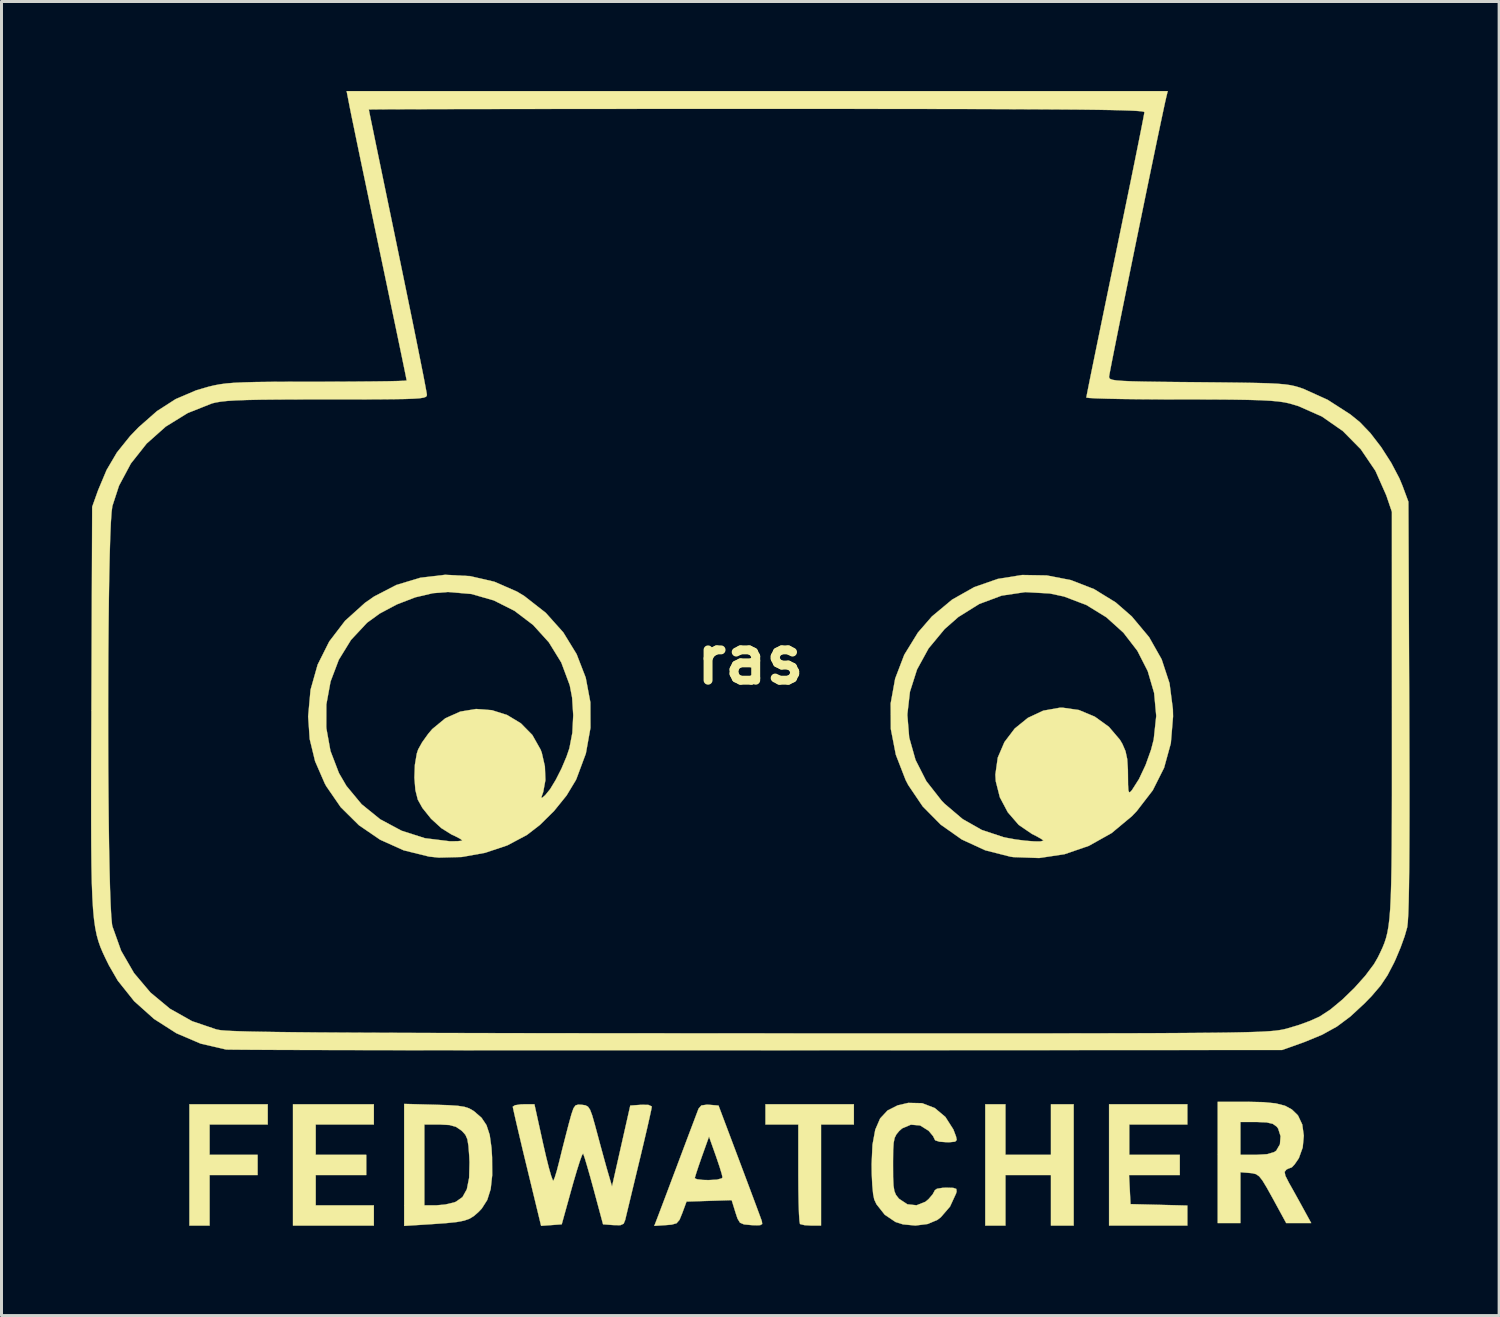
<source format=kicad_pcb>
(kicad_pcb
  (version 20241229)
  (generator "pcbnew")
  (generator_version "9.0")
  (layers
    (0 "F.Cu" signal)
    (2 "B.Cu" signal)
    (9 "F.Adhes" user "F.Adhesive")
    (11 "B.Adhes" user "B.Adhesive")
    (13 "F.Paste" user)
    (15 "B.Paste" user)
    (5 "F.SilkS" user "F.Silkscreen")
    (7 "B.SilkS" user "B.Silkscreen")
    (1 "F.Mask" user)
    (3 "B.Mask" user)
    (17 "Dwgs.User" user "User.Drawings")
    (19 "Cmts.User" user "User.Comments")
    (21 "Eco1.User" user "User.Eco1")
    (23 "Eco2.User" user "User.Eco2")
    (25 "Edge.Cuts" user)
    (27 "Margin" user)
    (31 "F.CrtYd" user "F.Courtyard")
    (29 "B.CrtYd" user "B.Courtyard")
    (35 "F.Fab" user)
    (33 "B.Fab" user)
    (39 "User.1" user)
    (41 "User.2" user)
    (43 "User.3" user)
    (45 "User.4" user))
  (footprint "ras"
    (layer "F.Cu")
    (at 22.093 19.055)
    (property "Reference" "ras" (at 0 0 0) (layer "F.SilkS") (effects (font (size 1.524 1.524) (thickness 0.3))))
    (attr through_hole)
    (fp_poly (pts (xy -16.171 15.579) (xy -18.119 15.579) (xy -18.119 16.595) (xy -16.51 16.595) (xy -16.51 17.272) (xy -18.119 17.272) (xy -18.119 18.965) (xy -18.796 18.965) (xy -18.796 14.901) (xy -16.171 14.901) (xy -16.171 15.579)) (stroke (width 0.01) (type solid)) (fill yes) (layer "F.SilkS"))
    (fp_poly (pts (xy -12.615 15.579) (xy -14.563 15.579) (xy -14.563 16.595) (xy -12.869 16.595) (xy -12.869 17.272) (xy -14.563 17.272) (xy -14.563 18.288) (xy -12.615 18.288) (xy -12.615 18.965) (xy -15.325 18.965) (xy -15.325 14.901) (xy -12.615 14.901) (xy -12.615 15.579)) (stroke (width 0.01) (type solid)) (fill yes) (layer "F.SilkS"))
    (fp_poly (pts (xy 8.551 16.595) (xy 10.075 16.595) (xy 10.075 14.901) (xy 10.837 14.901) (xy 10.837 18.965) (xy 10.075 18.965) (xy 10.075 17.272) (xy 8.551 17.272) (xy 8.551 18.965) (xy 7.874 18.965) (xy 7.874 14.901) (xy 8.551 14.901) (xy 8.551 16.595)) (stroke (width 0.01) (type solid)) (fill yes) (layer "F.SilkS"))
    (fp_poly (pts (xy 14.647 15.579) (xy 12.7 15.579) (xy 12.7 16.595) (xy 14.393 16.595) (xy 14.393 17.272) (xy 12.692 17.272) (xy 12.742 18.246) (xy 13.695 18.27) (xy 14.647 18.294) (xy 14.647 18.965) (xy 12.023 18.965) (xy 12.023 14.901) (xy 14.647 14.901) (xy 14.647 15.579)) (stroke (width 0.01) (type solid)) (fill yes) (layer "F.SilkS"))
    (fp_poly (pts (xy 3.471 15.579) (xy 2.371 15.579) (xy 2.371 18.965) (xy 2.046 18.965) (xy 1.822 18.952) (xy 1.679 18.918) (xy 1.665 18.909) (xy 1.648 18.81) (xy 1.632 18.57) (xy 1.62 18.213) (xy 1.612 17.769) (xy 1.609 17.263) (xy 1.609 17.216) (xy 1.609 15.579) (xy 0.508 15.579) (xy 0.508 14.901) (xy 3.471 14.901) (xy 3.471 15.579)) (stroke (width 0.01) (type solid)) (fill yes) (layer "F.SilkS"))
    (fp_poly (pts (xy -10.562 14.916) (xy -10.114 14.931) (xy -9.799 14.952) (xy -9.58 14.986) (xy -9.421 15.038) (xy -9.285 15.115) (xy -9.249 15.141) (xy -9.007 15.351) (xy -8.84 15.6) (xy -8.733 15.926) (xy -8.672 16.363) (xy -8.653 16.679) (xy -8.649 17.278) (xy -8.7 17.744) (xy -8.815 18.107) (xy -8.999 18.396) (xy -9.113 18.515) (xy -9.258 18.642) (xy -9.406 18.734) (xy -9.589 18.799) (xy -9.839 18.847) (xy -10.188 18.883) (xy -10.667 18.917) (xy -10.774 18.924) (xy -11.599 18.976) (xy -11.599 15.579) (xy -10.922 15.579) (xy -10.922 18.288) (xy -10.538 18.288) (xy -10.225 18.26) (xy -9.926 18.19) (xy -9.866 18.167) (xy -9.645 18.011) (xy -9.499 17.749) (xy -9.422 17.365) (xy -9.409 16.843) (xy -9.418 16.644) (xy -9.444 16.297) (xy -9.481 16.073) (xy -9.546 15.925) (xy -9.652 15.806) (xy -9.686 15.776) (xy -9.864 15.656) (xy -10.079 15.596) (xy -10.394 15.579) (xy -10.419 15.579) (xy -10.922 15.579) (xy -11.599 15.579) (xy -11.599 14.888) (xy -10.562 14.916)) (stroke (width 0.01) (type solid)) (fill yes) (layer "F.SilkS"))
    (fp_poly (pts (xy 17.192 14.829) (xy 17.607 14.87) (xy 17.915 14.948) (xy 18.147 15.073) (xy 18.333 15.252) (xy 18.358 15.283) (xy 18.497 15.578) (xy 18.549 15.954) (xy 18.512 16.348) (xy 18.387 16.696) (xy 18.366 16.733) (xy 18.241 16.914) (xy 18.148 17.013) (xy 18.133 17.019) (xy 18.019 17.061) (xy 17.961 17.094) (xy 17.906 17.166) (xy 17.931 17.295) (xy 18.045 17.52) (xy 18.054 17.537) (xy 18.214 17.821) (xy 18.404 18.164) (xy 18.53 18.394) (xy 18.797 18.881) (xy 17.959 18.881) (xy 17.509 18.055) (xy 17.309 17.695) (xy 17.165 17.457) (xy 17.053 17.315) (xy 16.948 17.242) (xy 16.826 17.212) (xy 16.742 17.203) (xy 16.425 17.177) (xy 16.425 18.881) (xy 15.663 18.881) (xy 15.663 15.494) (xy 16.425 15.494) (xy 16.425 16.595) (xy 16.948 16.595) (xy 17.318 16.573) (xy 17.553 16.504) (xy 17.625 16.455) (xy 17.749 16.242) (xy 17.77 15.969) (xy 17.689 15.715) (xy 17.64 15.649) (xy 17.51 15.556) (xy 17.303 15.508) (xy 16.974 15.494) (xy 16.963 15.494) (xy 16.425 15.494) (xy 15.663 15.494) (xy 15.663 14.817) (xy 16.64 14.817) (xy 17.192 14.829)) (stroke (width 0.01) (type solid)) (fill yes) (layer "F.SilkS"))
    (fp_poly (pts (xy -1.368 14.918) (xy -1.064 14.944) (xy -0.363 16.806) (xy -0.162 17.342) (xy 0.021 17.83) (xy 0.177 18.247) (xy 0.296 18.568) (xy 0.37 18.77) (xy 0.388 18.822) (xy 0.399 18.913) (xy 0.328 18.953) (xy 0.139 18.955) (xy 0.032 18.949) (xy -0.21 18.926) (xy -0.345 18.869) (xy -0.428 18.732) (xy -0.499 18.518) (xy -0.624 18.113) (xy -1.381 18.137) (xy -2.137 18.161) (xy -2.277 18.542) (xy -2.371 18.772) (xy -2.471 18.888) (xy -2.637 18.934) (xy -2.817 18.949) (xy -3.217 18.975) (xy -3.125 18.737) (xy -3.068 18.587) (xy -2.962 18.307) (xy -2.817 17.924) (xy -2.645 17.466) (xy -2.612 17.378) (xy -1.86 17.378) (xy -1.785 17.413) (xy -1.589 17.436) (xy -1.397 17.441) (xy -1.118 17.426) (xy -0.958 17.383) (xy -0.931 17.349) (xy -0.958 17.23) (xy -1.029 16.997) (xy -1.131 16.695) (xy -1.157 16.62) (xy -1.383 15.983) (xy -1.621 16.649) (xy -1.73 16.962) (xy -1.813 17.213) (xy -1.857 17.359) (xy -1.86 17.378) (xy -2.612 17.378) (xy -2.455 16.962) (xy -2.413 16.849) (xy -2.223 16.344) (xy -2.051 15.887) (xy -1.906 15.504) (xy -1.799 15.22) (xy -1.739 15.062) (xy -1.732 15.045) (xy -1.64 14.94) (xy -1.45 14.913) (xy -1.368 14.918)) (stroke (width 0.01) (type solid)) (fill yes) (layer "F.SilkS"))
    (fp_poly (pts (xy 5.759 14.864) (xy 6.181 15.026) (xy 6.537 15.324) (xy 6.805 15.743) (xy 6.895 15.981) (xy 6.918 16.097) (xy 6.864 16.153) (xy 6.698 16.17) (xy 6.567 16.171) (xy 6.338 16.154) (xy 6.2 16.11) (xy 6.181 16.083) (xy 6.126 15.968) (xy 5.991 15.805) (xy 5.973 15.786) (xy 5.691 15.61) (xy 5.382 15.584) (xy 5.089 15.708) (xy 4.989 15.797) (xy 4.898 15.906) (xy 4.838 16.025) (xy 4.804 16.192) (xy 4.788 16.444) (xy 4.784 16.818) (xy 4.784 16.933) (xy 4.786 17.344) (xy 4.799 17.622) (xy 4.828 17.806) (xy 4.88 17.934) (xy 4.963 18.042) (xy 4.989 18.07) (xy 5.263 18.252) (xy 5.572 18.285) (xy 5.869 18.167) (xy 5.973 18.08) (xy 6.113 17.916) (xy 6.18 17.792) (xy 6.181 17.784) (xy 6.256 17.731) (xy 6.448 17.7) (xy 6.567 17.695) (xy 6.801 17.702) (xy 6.904 17.737) (xy 6.914 17.822) (xy 6.897 17.886) (xy 6.693 18.329) (xy 6.385 18.686) (xy 6.269 18.775) (xy 5.94 18.913) (xy 5.533 18.964) (xy 5.118 18.925) (xy 4.868 18.846) (xy 4.505 18.601) (xy 4.228 18.25) (xy 4.154 18.092) (xy 4.117 17.911) (xy 4.088 17.607) (xy 4.07 17.226) (xy 4.066 16.907) (xy 4.095 16.257) (xy 4.188 15.752) (xy 4.352 15.374) (xy 4.6 15.108) (xy 4.94 14.936) (xy 5.295 14.854) (xy 5.759 14.864)) (stroke (width 0.01) (type solid)) (fill yes) (layer "F.SilkS"))
    (fp_poly (pts (xy -6.945 16.214) (xy -6.844 16.654) (xy -6.752 17.023) (xy -6.674 17.295) (xy -6.619 17.444) (xy -6.599 17.463) (xy -6.553 17.354) (xy -6.483 17.127) (xy -6.406 16.83) (xy -6.4 16.806) (xy -6.303 16.411) (xy -6.186 15.954) (xy -6.082 15.553) (xy -5.992 15.227) (xy -5.924 15.032) (xy -5.855 14.937) (xy -5.762 14.911) (xy -5.642 14.918) (xy -5.525 14.935) (xy -5.439 14.981) (xy -5.369 15.083) (xy -5.298 15.272) (xy -5.211 15.577) (xy -5.142 15.833) (xy -5.028 16.258) (xy -4.913 16.678) (xy -4.815 17.032) (xy -4.77 17.187) (xy -4.634 17.653) (xy -4.022 14.944) (xy -3.662 14.918) (xy -3.416 14.921) (xy -3.306 14.97) (xy -3.302 14.987) (xy -3.321 15.094) (xy -3.375 15.341) (xy -3.456 15.7) (xy -3.561 16.148) (xy -3.682 16.657) (xy -3.725 16.833) (xy -3.853 17.365) (xy -3.97 17.851) (xy -4.069 18.263) (xy -4.144 18.573) (xy -4.187 18.755) (xy -4.193 18.78) (xy -4.245 18.904) (xy -4.356 18.953) (xy -4.58 18.949) (xy -4.587 18.949) (xy -4.934 18.923) (xy -5.247 17.759) (xy -5.362 17.339) (xy -5.465 16.98) (xy -5.545 16.712) (xy -5.595 16.567) (xy -5.604 16.55) (xy -5.641 16.611) (xy -5.713 16.809) (xy -5.81 17.115) (xy -5.925 17.505) (xy -5.984 17.714) (xy -6.319 18.923) (xy -6.665 18.949) (xy -7.01 18.974) (xy -7.484 17.016) (xy -7.618 16.463) (xy -7.736 15.963) (xy -7.835 15.542) (xy -7.908 15.222) (xy -7.951 15.027) (xy -7.959 14.979) (xy -7.883 14.932) (xy -7.693 14.904) (xy -7.597 14.901) (xy -7.234 14.901) (xy -6.945 16.214)) (stroke (width 0.01) (type solid)) (fill yes) (layer "F.SilkS"))
    (fp_poly (pts (xy 9.933 -2.822) (xy 10.744 -2.665) (xy 11.521 -2.363) (xy 12.246 -1.917) (xy 12.785 -1.447) (xy 13.365 -0.753) (xy 13.785 -0.011) (xy 14.049 0.791) (xy 14.162 1.664) (xy 14.167 1.905) (xy 14.093 2.802) (xy 13.867 3.624) (xy 13.487 4.38) (xy 12.949 5.078) (xy 12.785 5.249) (xy 12.107 5.813) (xy 11.348 6.239) (xy 10.531 6.52) (xy 9.68 6.648) (xy 8.816 6.617) (xy 8.716 6.603) (xy 7.873 6.389) (xy 7.088 6.027) (xy 6.383 5.531) (xy 5.777 4.918) (xy 5.294 4.203) (xy 5.206 4.034) (xy 4.877 3.186) (xy 4.71 2.326) (xy 4.707 1.843) (xy 5.262 1.843) (xy 5.325 2.61) (xy 5.537 3.36) (xy 5.899 4.072) (xy 6.412 4.727) (xy 6.512 4.83) (xy 7.115 5.342) (xy 7.757 5.707) (xy 8.476 5.946) (xy 8.569 5.967) (xy 8.885 6.025) (xy 9.21 6.067) (xy 9.503 6.09) (xy 9.72 6.092) (xy 9.819 6.068) (xy 9.821 6.061) (xy 9.752 6.008) (xy 9.576 5.91) (xy 9.441 5.842) (xy 8.996 5.539) (xy 8.629 5.115) (xy 8.363 4.613) (xy 8.226 4.074) (xy 8.213 3.852) (xy 8.293 3.284) (xy 8.517 2.762) (xy 8.861 2.309) (xy 9.303 1.951) (xy 9.817 1.71) (xy 10.381 1.61) (xy 10.456 1.609) (xy 11.011 1.688) (xy 11.545 1.911) (xy 12.018 2.252) (xy 12.387 2.685) (xy 12.469 2.824) (xy 12.573 3.064) (xy 12.631 3.332) (xy 12.654 3.687) (xy 12.656 3.858) (xy 12.659 4.191) (xy 12.67 4.38) (xy 12.697 4.45) (xy 12.746 4.424) (xy 12.794 4.366) (xy 13.026 4.001) (xy 13.247 3.532) (xy 13.429 3.023) (xy 13.519 2.678) (xy 13.604 1.887) (xy 13.533 1.116) (xy 13.318 0.383) (xy 12.971 -0.297) (xy 12.504 -0.903) (xy 11.931 -1.42) (xy 11.264 -1.83) (xy 10.515 -2.115) (xy 10.037 -2.217) (xy 9.215 -2.263) (xy 8.423 -2.145) (xy 7.672 -1.865) (xy 6.973 -1.429) (xy 6.512 -1.024) (xy 5.974 -0.375) (xy 5.587 0.331) (xy 5.35 1.077) (xy 5.262 1.843) (xy 4.707 1.843) (xy 4.704 1.47) (xy 4.855 0.635) (xy 5.16 -0.163) (xy 5.618 -0.907) (xy 6.087 -1.448) (xy 6.763 -2.011) (xy 7.505 -2.43) (xy 8.294 -2.705) (xy 9.11 -2.836) (xy 9.933 -2.822)) (stroke (width 0.01) (type solid)) (fill yes) (layer "F.SilkS"))
    (fp_poly (pts (xy -9.388 -2.798) (xy -8.577 -2.611) (xy -7.819 -2.28) (xy -7.574 -2.132) (xy -6.854 -1.569) (xy -6.267 -0.913) (xy -5.82 -0.184) (xy -5.515 0.604) (xy -5.359 1.432) (xy -5.356 2.285) (xy -5.51 3.145) (xy -5.826 3.995) (xy -5.85 4.045) (xy -6.157 4.553) (xy -6.574 5.069) (xy -7.051 5.54) (xy -7.485 5.875) (xy -8.139 6.223) (xy -8.886 6.473) (xy -9.67 6.614) (xy -10.436 6.634) (xy -10.764 6.6) (xy -11.615 6.39) (xy -12.406 6.034) (xy -13.116 5.548) (xy -13.725 4.945) (xy -14.21 4.241) (xy -14.26 4.149) (xy -14.584 3.405) (xy -14.765 2.659) (xy -14.79 2.286) (xy -14.209 2.286) (xy -14.069 3.06) (xy -13.785 3.801) (xy -13.534 4.232) (xy -13.025 4.846) (xy -12.401 5.351) (xy -11.685 5.734) (xy -10.903 5.984) (xy -10.078 6.086) (xy -10.054 6.087) (xy -9.82 6.085) (xy -9.675 6.07) (xy -9.652 6.058) (xy -9.722 6.004) (xy -9.899 5.911) (xy -10.012 5.86) (xy -10.354 5.646) (xy -10.698 5.331) (xy -10.987 4.971) (xy -11.142 4.692) (xy -11.223 4.37) (xy -11.256 3.957) (xy -11.24 3.526) (xy -11.176 3.148) (xy -11.13 3.01) (xy -10.996 2.769) (xy -10.795 2.489) (xy -10.658 2.327) (xy -10.219 1.965) (xy -9.721 1.742) (xy -9.192 1.654) (xy -8.659 1.694) (xy -8.148 1.856) (xy -7.688 2.134) (xy -7.305 2.523) (xy -7.026 3.017) (xy -6.987 3.122) (xy -6.883 3.578) (xy -6.866 4.038) (xy -6.938 4.431) (xy -6.947 4.457) (xy -7.002 4.614) (xy -6.979 4.633) (xy -6.872 4.542) (xy -6.707 4.339) (xy -6.516 4.023) (xy -6.324 3.644) (xy -6.157 3.248) (xy -6.062 2.969) (xy -5.963 2.454) (xy -5.933 1.862) (xy -5.971 1.271) (xy -6.05 0.858) (xy -6.334 0.096) (xy -6.751 -0.581) (xy -7.279 -1.163) (xy -7.901 -1.635) (xy -8.596 -1.985) (xy -9.346 -2.2) (xy -10.131 -2.267) (xy -10.634 -2.227) (xy -11.227 -2.088) (xy -11.843 -1.851) (xy -12.416 -1.546) (xy -12.842 -1.237) (xy -13.381 -0.66) (xy -13.79 0.005) (xy -14.066 0.734) (xy -14.207 1.503) (xy -14.209 2.286) (xy -14.79 2.286) (xy -14.817 1.905) (xy -14.736 1.009) (xy -14.498 0.167) (xy -14.11 -0.607) (xy -13.579 -1.302) (xy -12.912 -1.903) (xy -12.606 -2.116) (xy -11.861 -2.502) (xy -11.058 -2.744) (xy -10.224 -2.843) (xy -9.388 -2.798)) (stroke (width 0.01) (type solid)) (fill yes) (layer "F.SilkS"))
    (fp_poly (pts (xy 13.942 -18.86) (xy 13.9 -18.677) (xy 13.831 -18.356) (xy 13.738 -17.917) (xy 13.624 -17.376) (xy 13.495 -16.753) (xy 13.352 -16.065) (xy 13.201 -15.332) (xy 13.045 -14.571) (xy 12.887 -13.801) (xy 12.732 -13.04) (xy 12.583 -12.307) (xy 12.444 -11.62) (xy 12.318 -10.997) (xy 12.21 -10.456) (xy 12.123 -10.016) (xy 12.061 -9.696) (xy 12.027 -9.513) (xy 12.023 -9.478) (xy 12.03 -9.437) (xy 12.064 -9.404) (xy 12.141 -9.377) (xy 12.277 -9.356) (xy 12.489 -9.34) (xy 12.792 -9.327) (xy 13.204 -9.317) (xy 13.74 -9.309) (xy 14.418 -9.302) (xy 15.007 -9.297) (xy 15.8 -9.289) (xy 16.444 -9.281) (xy 16.957 -9.272) (xy 17.36 -9.261) (xy 17.672 -9.245) (xy 17.914 -9.224) (xy 18.104 -9.197) (xy 18.262 -9.162) (xy 18.409 -9.119) (xy 18.542 -9.072) (xy 19.348 -8.707) (xy 20.108 -8.218) (xy 20.428 -7.958) (xy 20.779 -7.592) (xy 21.142 -7.12) (xy 21.478 -6.596) (xy 21.751 -6.077) (xy 21.854 -5.83) (xy 22.054 -5.292) (xy 22.082 1.609) (xy 22.086 2.993) (xy 22.089 4.216) (xy 22.089 5.282) (xy 22.086 6.2) (xy 22.081 6.975) (xy 22.073 7.615) (xy 22.063 8.127) (xy 22.05 8.517) (xy 22.034 8.792) (xy 22.015 8.958) (xy 22.012 8.975) (xy 21.928 9.269) (xy 21.792 9.646) (xy 21.627 10.039) (xy 21.571 10.16) (xy 21.354 10.576) (xy 21.12 10.926) (xy 20.823 11.273) (xy 20.583 11.52) (xy 20.107 11.961) (xy 19.656 12.297) (xy 19.168 12.567) (xy 18.583 12.809) (xy 18.457 12.855) (xy 17.822 13.081) (xy 0.254 13.09) (xy -1.462 13.091) (xy -3.134 13.091) (xy -4.755 13.091) (xy -6.317 13.091) (xy -7.811 13.09) (xy -9.23 13.09) (xy -10.566 13.088) (xy -11.81 13.087) (xy -12.955 13.085) (xy -13.992 13.083) (xy -14.914 13.081) (xy -15.712 13.079) (xy -16.378 13.076) (xy -16.905 13.073) (xy -17.285 13.07) (xy -17.508 13.067) (xy -17.568 13.065) (xy -18.418 12.868) (xy -19.231 12.52) (xy -19.982 12.04) (xy -20.646 11.446) (xy -21.196 10.757) (xy -21.495 10.24) (xy -21.601 10.024) (xy -21.694 9.827) (xy -21.775 9.637) (xy -21.844 9.441) (xy -21.903 9.227) (xy -21.952 8.984) (xy -21.992 8.699) (xy -22.024 8.36) (xy -22.048 7.955) (xy -22.066 7.472) (xy -22.078 6.898) (xy -22.085 6.221) (xy -22.088 5.43) (xy -22.088 4.512) (xy -22.086 3.455) (xy -22.081 2.247) (xy -22.079 1.702) (xy -21.519 1.702) (xy -21.518 2.677) (xy -21.515 3.638) (xy -21.508 4.57) (xy -21.499 5.456) (xy -21.488 6.278) (xy -21.473 7.022) (xy -21.456 7.669) (xy -21.436 8.204) (xy -21.414 8.61) (xy -21.389 8.871) (xy -21.377 8.936) (xy -21.084 9.756) (xy -20.653 10.502) (xy -20.102 11.155) (xy -19.447 11.699) (xy -18.706 12.116) (xy -17.897 12.39) (xy -17.828 12.405) (xy -17.739 12.419) (xy -17.595 12.431) (xy -17.392 12.443) (xy -17.121 12.453) (xy -16.778 12.463) (xy -16.356 12.471) (xy -15.848 12.479) (xy -15.249 12.486) (xy -14.551 12.493) (xy -13.75 12.498) (xy -12.838 12.503) (xy -11.809 12.507) (xy -10.657 12.511) (xy -9.375 12.514) (xy -7.959 12.517) (xy -6.4 12.519) (xy -4.693 12.521) (xy -2.832 12.522) (xy -0.81 12.524) (xy 0.008 12.524) (xy 2.023 12.525) (xy 3.876 12.525) (xy 5.574 12.526) (xy 7.124 12.526) (xy 8.533 12.525) (xy 9.808 12.525) (xy 10.956 12.524) (xy 11.985 12.522) (xy 12.901 12.52) (xy 13.711 12.517) (xy 14.424 12.513) (xy 15.045 12.508) (xy 15.581 12.503) (xy 16.041 12.497) (xy 16.431 12.489) (xy 16.758 12.481) (xy 17.029 12.472) (xy 17.252 12.461) (xy 17.432 12.449) (xy 17.579 12.436) (xy 17.698 12.421) (xy 17.797 12.405) (xy 17.882 12.388) (xy 17.962 12.369) (xy 17.984 12.363) (xy 18.373 12.247) (xy 18.764 12.104) (xy 19.074 11.964) (xy 19.077 11.963) (xy 19.438 11.727) (xy 19.84 11.393) (xy 20.244 11.001) (xy 20.61 10.592) (xy 20.9 10.205) (xy 21.03 9.98) (xy 21.114 9.808) (xy 21.187 9.65) (xy 21.25 9.495) (xy 21.304 9.331) (xy 21.35 9.146) (xy 21.388 8.927) (xy 21.42 8.663) (xy 21.445 8.342) (xy 21.464 7.951) (xy 21.478 7.479) (xy 21.489 6.914) (xy 21.496 6.244) (xy 21.5 5.456) (xy 21.502 4.539) (xy 21.502 3.48) (xy 21.502 2.269) (xy 21.502 1.82) (xy 21.501 -4.953) (xy 21.312 -5.508) (xy 20.949 -6.327) (xy 20.46 -7.049) (xy 19.857 -7.66) (xy 19.157 -8.147) (xy 18.372 -8.495) (xy 18.064 -8.587) (xy 17.897 -8.623) (xy 17.693 -8.652) (xy 17.435 -8.675) (xy 17.104 -8.693) (xy 16.681 -8.705) (xy 16.15 -8.714) (xy 15.491 -8.719) (xy 14.687 -8.721) (xy 14.402 -8.721) (xy 13.692 -8.722) (xy 13.038 -8.727) (xy 12.458 -8.734) (xy 11.972 -8.744) (xy 11.598 -8.756) (xy 11.355 -8.769) (xy 11.261 -8.783) (xy 11.261 -8.784) (xy 11.278 -8.877) (xy 11.326 -9.12) (xy 11.402 -9.499) (xy 11.504 -9.998) (xy 11.628 -10.604) (xy 11.771 -11.3) (xy 11.93 -12.072) (xy 12.102 -12.904) (xy 12.235 -13.542) (xy 12.414 -14.411) (xy 12.583 -15.232) (xy 12.739 -15.989) (xy 12.877 -16.667) (xy 12.995 -17.252) (xy 13.09 -17.727) (xy 13.159 -18.078) (xy 13.199 -18.29) (xy 13.208 -18.347) (xy 13.183 -18.362) (xy 13.102 -18.376) (xy 12.958 -18.388) (xy 12.745 -18.399) (xy 12.455 -18.409) (xy 12.082 -18.418) (xy 11.617 -18.426) (xy 11.055 -18.433) (xy 10.387 -18.438) (xy 9.608 -18.443) (xy 8.71 -18.447) (xy 7.685 -18.451) (xy 6.527 -18.453) (xy 5.229 -18.455) (xy 3.784 -18.456) (xy 2.184 -18.457) (xy 0.423 -18.457) (xy 0.212 -18.457) (xy -1.258 -18.457) (xy -2.68 -18.457) (xy -4.047 -18.456) (xy -5.348 -18.455) (xy -6.576 -18.454) (xy -7.719 -18.453) (xy -8.771 -18.451) (xy -9.721 -18.45) (xy -10.559 -18.448) (xy -11.278 -18.446) (xy -11.868 -18.444) (xy -12.32 -18.442) (xy -12.624 -18.439) (xy -12.771 -18.437) (xy -12.784 -18.436) (xy -12.768 -18.352) (xy -12.72 -18.116) (xy -12.643 -17.745) (xy -12.542 -17.252) (xy -12.418 -16.653) (xy -12.275 -15.962) (xy -12.116 -15.194) (xy -11.944 -14.365) (xy -11.811 -13.721) (xy -11.631 -12.85) (xy -11.462 -12.026) (xy -11.306 -11.265) (xy -11.168 -10.582) (xy -11.05 -9.992) (xy -10.954 -9.511) (xy -10.886 -9.153) (xy -10.846 -8.935) (xy -10.837 -8.873) (xy -10.845 -8.835) (xy -10.878 -8.804) (xy -10.952 -8.779) (xy -11.082 -8.759) (xy -11.283 -8.745) (xy -11.572 -8.734) (xy -11.964 -8.728) (xy -12.473 -8.723) (xy -13.115 -8.721) (xy -13.907 -8.721) (xy -14.209 -8.721) (xy -15.084 -8.72) (xy -15.807 -8.717) (xy -16.396 -8.711) (xy -16.866 -8.701) (xy -17.236 -8.688) (xy -17.523 -8.67) (xy -17.743 -8.646) (xy -17.914 -8.617) (xy -18.04 -8.586) (xy -18.852 -8.264) (xy -19.588 -7.81) (xy -20.229 -7.24) (xy -20.757 -6.573) (xy -21.155 -5.828) (xy -21.378 -5.144) (xy -21.404 -4.945) (xy -21.428 -4.594) (xy -21.449 -4.107) (xy -21.467 -3.502) (xy -21.483 -2.794) (xy -21.495 -2.001) (xy -21.505 -1.138) (xy -21.513 -0.222) (xy -21.517 0.73) (xy -21.519 1.702) (xy -22.079 1.702) (xy -22.079 1.579) (xy -22.054 -5.122) (xy -21.857 -5.673) (xy -21.571 -6.354) (xy -21.226 -6.94) (xy -20.781 -7.494) (xy -20.496 -7.789) (xy -19.882 -8.329) (xy -19.256 -8.731) (xy -18.573 -9.023) (xy -18.153 -9.146) (xy -17.964 -9.191) (xy -17.772 -9.227) (xy -17.555 -9.256) (xy -17.295 -9.277) (xy -16.97 -9.292) (xy -16.561 -9.303) (xy -16.045 -9.309) (xy -15.404 -9.312) (xy -14.616 -9.313) (xy -14.507 -9.313) (xy -13.814 -9.314) (xy -13.178 -9.318) (xy -12.618 -9.323) (xy -12.152 -9.329) (xy -11.801 -9.337) (xy -11.582 -9.346) (xy -11.515 -9.354) (xy -11.532 -9.443) (xy -11.58 -9.681) (xy -11.657 -10.054) (xy -11.759 -10.545) (xy -11.883 -11.139) (xy -12.026 -11.821) (xy -12.183 -12.574) (xy -12.353 -13.384) (xy -12.409 -13.651) (xy -12.587 -14.497) (xy -12.757 -15.309) (xy -12.916 -16.069) (xy -13.061 -16.759) (xy -13.186 -17.361) (xy -13.288 -17.856) (xy -13.365 -18.226) (xy -13.41 -18.452) (xy -13.416 -18.479) (xy -13.527 -19.05) (xy 13.988 -19.05) (xy 13.942 -18.86)) (stroke (width 0.01) (type solid)) (fill yes) (layer "F.SilkS")))
  (gr_rect
    (start -3 -3)
    (end 47.187 41.036)
    (stroke (width 0.1) (type default))
    (fill no)
    (layer "Edge.Cuts")))
</source>
